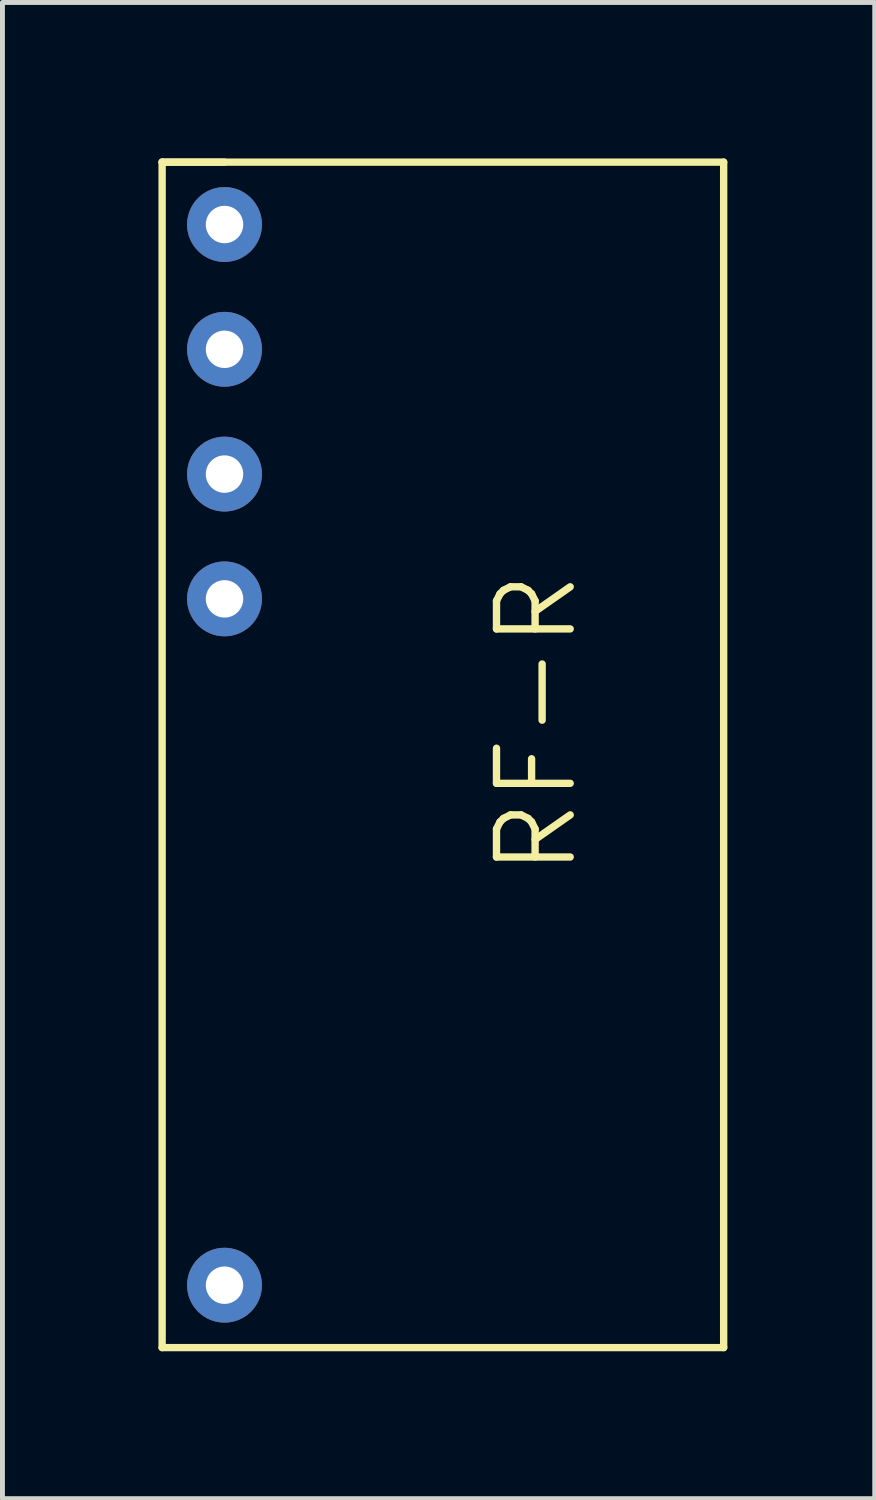
<source format=kicad_pcb>
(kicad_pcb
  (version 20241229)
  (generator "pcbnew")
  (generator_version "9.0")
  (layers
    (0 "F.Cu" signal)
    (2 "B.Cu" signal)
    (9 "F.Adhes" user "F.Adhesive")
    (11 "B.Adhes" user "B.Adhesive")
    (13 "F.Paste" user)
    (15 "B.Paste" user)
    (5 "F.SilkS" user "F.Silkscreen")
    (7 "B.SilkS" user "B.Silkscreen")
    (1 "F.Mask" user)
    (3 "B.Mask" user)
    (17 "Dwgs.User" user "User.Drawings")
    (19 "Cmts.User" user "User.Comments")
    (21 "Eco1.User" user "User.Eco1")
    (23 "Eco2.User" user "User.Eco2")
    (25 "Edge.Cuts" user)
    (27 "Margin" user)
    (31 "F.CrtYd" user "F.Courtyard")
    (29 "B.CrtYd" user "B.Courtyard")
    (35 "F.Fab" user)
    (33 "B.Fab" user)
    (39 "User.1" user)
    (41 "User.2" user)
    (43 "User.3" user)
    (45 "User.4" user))
  (footprint "RF-R"
    (layer "F.Cu")
    (at 0.25 0.25)
    (property "Reference" "RF-R" (at 7.62 11.43 90) (layer "F.SilkS") (effects (font (size 1.5 1.5) (thickness 0.15))))
    (attr through_hole)
    (fp_line (start 0 0) (end 0 24.13) (stroke (width 0.15) (type solid)) (layer "F.SilkS"))
    (fp_line (start 0 0) (end 1.27 0) (stroke (width 0.15) (type solid)) (layer "F.SilkS"))
    (fp_line (start 0 24.13) (end 11.43 24.13) (stroke (width 0.15) (type solid)) (layer "F.SilkS"))
    (fp_line (start 11.43 0) (end 0 0) (stroke (width 0.15) (type solid)) (layer "F.SilkS"))
    (fp_line (start 11.43 24.13) (end 11.43 0) (stroke (width 0.15) (type solid)) (layer "F.SilkS"))
    (pad "1" thru_hole circle (at 1.27 1.27) (size 1.524 1.524) (drill 0.762) (layers "*.Cu" "*.Mask"))
    (pad "2" thru_hole circle (at 1.27 3.81) (size 1.524 1.524) (drill 0.762) (layers "*.Cu" "*.Mask"))
    (pad "3" thru_hole circle (at 1.27 6.35) (size 1.524 1.524) (drill 0.762) (layers "*.Cu" "*.Mask"))
    (pad "4" thru_hole circle (at 1.27 8.89) (size 1.524 1.524) (drill 0.762) (layers "*.Cu" "*.Mask"))
    (pad "5" thru_hole circle (at 1.27 22.86) (size 1.524 1.524) (drill 0.762) (layers "*.Cu" "*.Mask")))
  (gr_rect
    (start -3 -3)
    (end 14.755 27.455)
    (stroke (width 0.1) (type default))
    (fill no)
    (layer "Edge.Cuts")))
</source>
